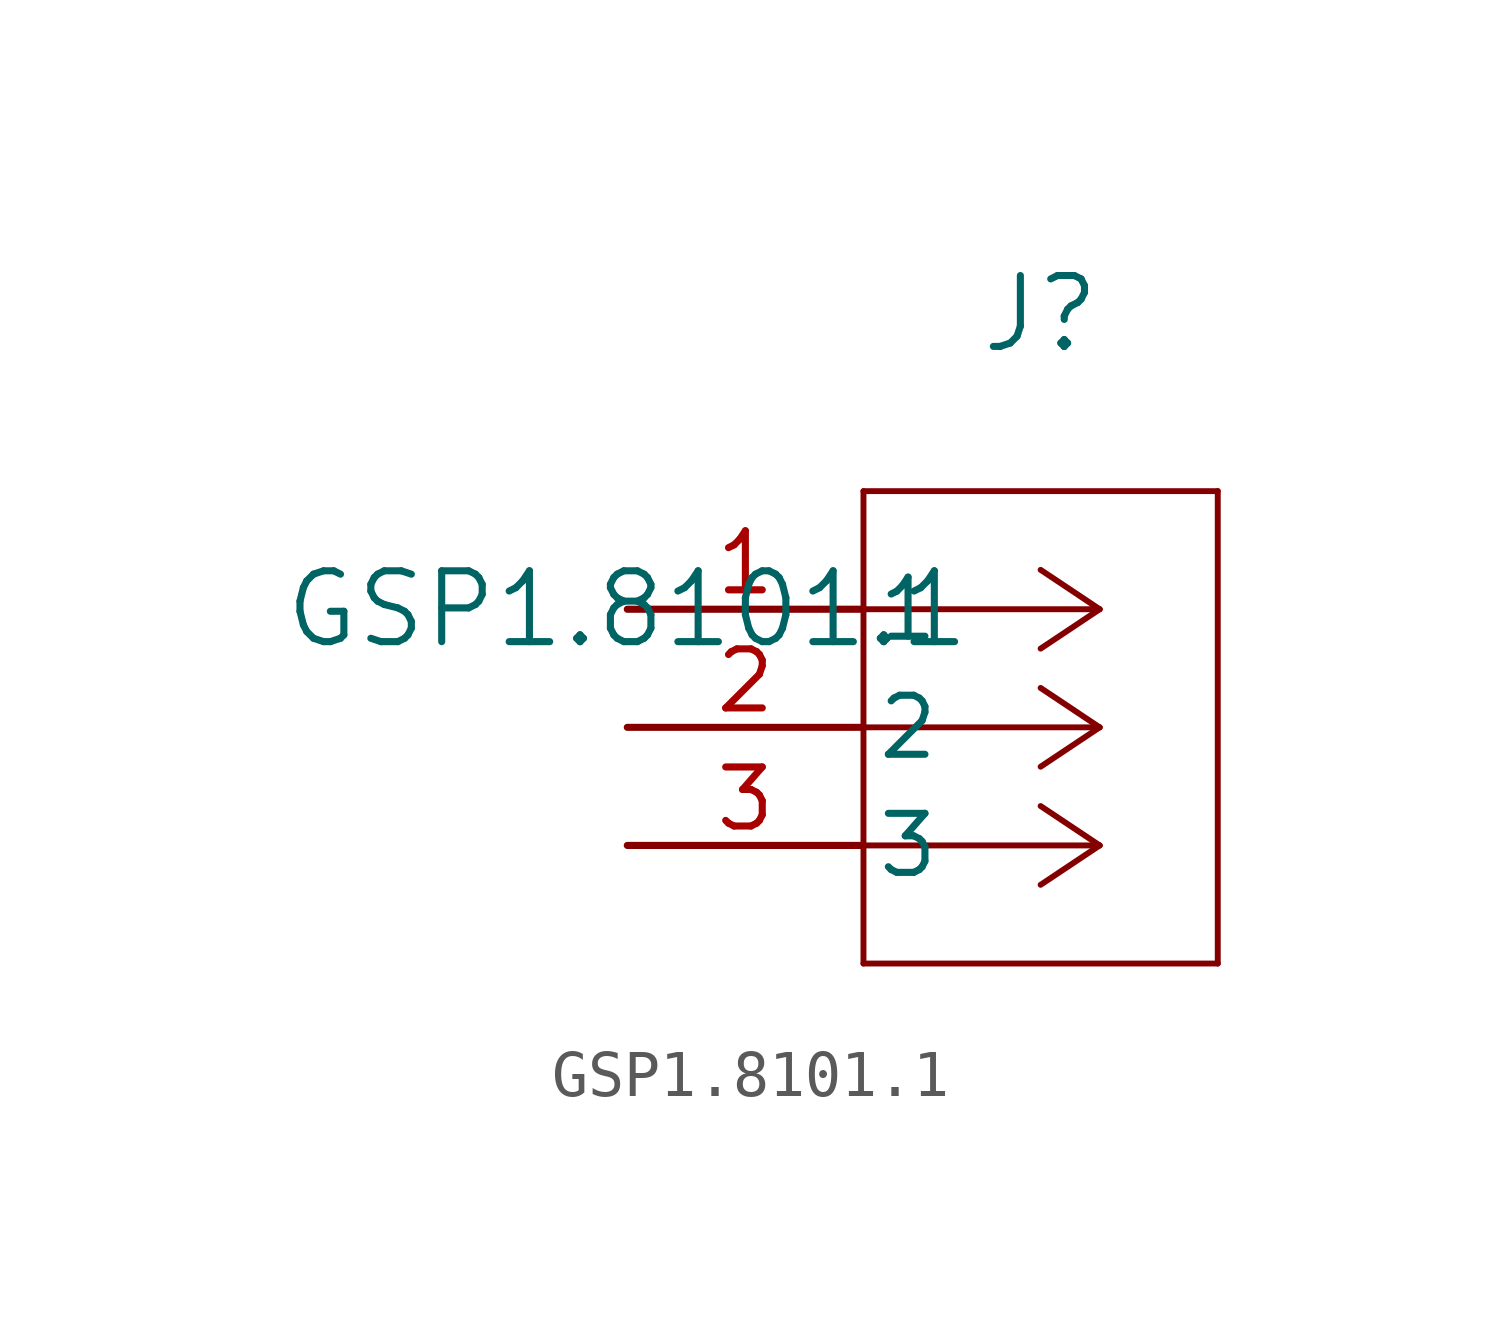
<source format=kicad_sym>
(kicad_symbol_lib
  (version 20211014)
  (generator kicad_symbol_editor)
  (symbol "GSP1.8101.1"
    (pin_names
      (offset 0.254))
    (property "Reference" "J"
      (at 8.89 6.35 0)
      (effects (font (size 1.524 1.524))))
    (property "Value" "GSP1.8101.1"
      (at 0 0 0)
      (effects (font (size 1.524 1.524))))
    (symbol "GSP1.8101.1_0_1"
      (polyline (pts (xy 10.16 0) (xy 5.08 0)) (stroke (width 0.127) (type default) (color 0 0 0 0)) (fill (type none)))
      (polyline (pts (xy 10.16 -2.54) (xy 5.08 -2.54)) (stroke (width 0.127) (type default) (color 0 0 0 0)) (fill (type none)))
      (polyline (pts (xy 10.16 -5.08) (xy 5.08 -5.08)) (stroke (width 0.127) (type default) (color 0 0 0 0)) (fill (type none)))
      (polyline (pts (xy 10.16 0) (xy 8.89 0.847)) (stroke (width 0.127) (type default) (color 0 0 0 0)) (fill (type none)))
      (polyline (pts (xy 10.16 -2.54) (xy 8.89 -1.693)) (stroke (width 0.127) (type default) (color 0 0 0 0)) (fill (type none)))
      (polyline (pts (xy 10.16 -5.08) (xy 8.89 -4.233)) (stroke (width 0.127) (type default) (color 0 0 0 0)) (fill (type none)))
      (polyline (pts (xy 10.16 0) (xy 8.89 -0.847)) (stroke (width 0.127) (type default) (color 0 0 0 0)) (fill (type none)))
      (polyline (pts (xy 10.16 -2.54) (xy 8.89 -3.387)) (stroke (width 0.127) (type default) (color 0 0 0 0)) (fill (type none)))
      (polyline (pts (xy 10.16 -5.08) (xy 8.89 -5.927)) (stroke (width 0.127) (type default) (color 0 0 0 0)) (fill (type none)))
      (polyline (pts (xy 5.08 2.54) (xy 5.08 -7.62)) (stroke (width 0.127) (type default) (color 0 0 0 0)) (fill (type none)))
      (polyline (pts (xy 5.08 -7.62) (xy 12.7 -7.62)) (stroke (width 0.127) (type default) (color 0 0 0 0)) (fill (type none)))
      (polyline (pts (xy 12.7 -7.62) (xy 12.7 2.54)) (stroke (width 0.127) (type default) (color 0 0 0 0)) (fill (type none)))
      (polyline (pts (xy 12.7 2.54) (xy 5.08 2.54)) (stroke (width 0.127) (type default) (color 0 0 0 0)) (fill (type none)))
      (pin unspecified line (at 0 0 0) (length 5.08) (name "1" (effects (font (size 1.27 1.27)))) (number "1" (effects (font (size 1.27 1.27)))))
      (pin unspecified line (at 0 -2.54 0) (length 5.08) (name "2" (effects (font (size 1.27 1.27)))) (number "2" (effects (font (size 1.27 1.27)))))
      (pin unspecified line (at 0 -5.08 0) (length 5.08) (name "3" (effects (font (size 1.27 1.27)))) (number "3" (effects (font (size 1.27 1.27))))))))
</source>
